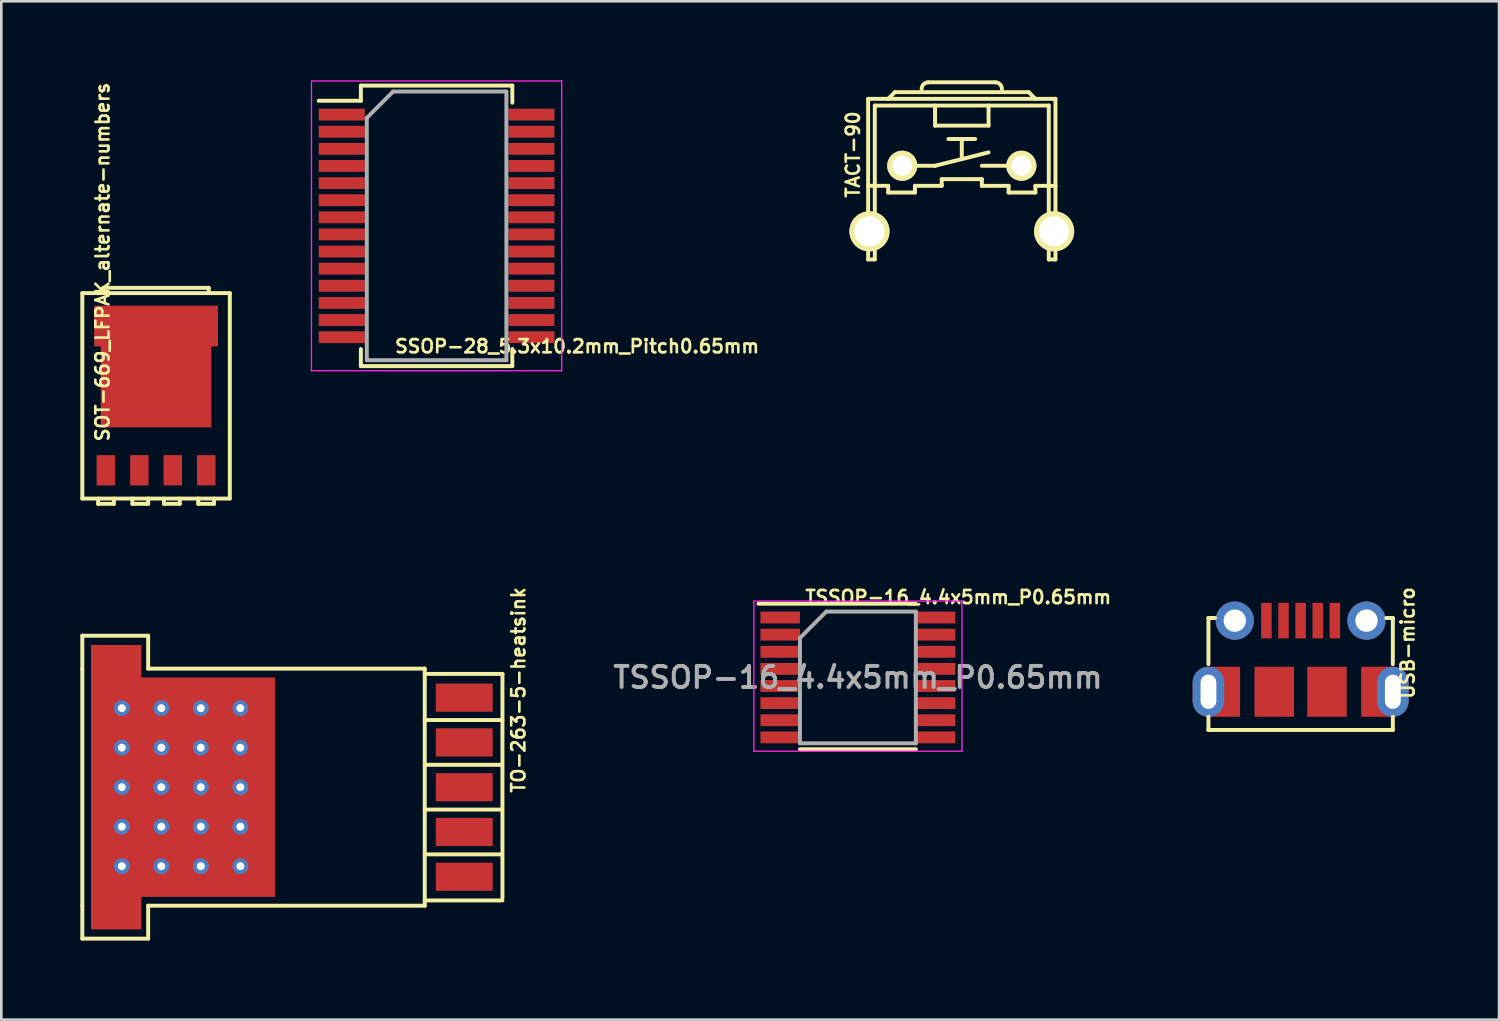
<source format=kicad_pcb>
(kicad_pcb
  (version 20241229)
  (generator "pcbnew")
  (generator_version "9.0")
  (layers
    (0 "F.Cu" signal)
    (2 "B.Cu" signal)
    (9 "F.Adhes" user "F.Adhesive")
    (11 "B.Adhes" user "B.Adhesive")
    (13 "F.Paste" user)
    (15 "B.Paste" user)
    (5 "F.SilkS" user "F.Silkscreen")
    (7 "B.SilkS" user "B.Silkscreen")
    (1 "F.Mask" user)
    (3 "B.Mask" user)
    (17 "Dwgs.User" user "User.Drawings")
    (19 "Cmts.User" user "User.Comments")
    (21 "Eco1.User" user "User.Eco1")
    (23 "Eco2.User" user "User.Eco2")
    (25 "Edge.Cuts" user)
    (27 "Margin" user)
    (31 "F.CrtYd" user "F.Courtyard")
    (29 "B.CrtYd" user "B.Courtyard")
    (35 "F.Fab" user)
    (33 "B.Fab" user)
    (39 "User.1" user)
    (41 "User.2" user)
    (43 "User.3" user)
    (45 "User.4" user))
  (footprint "USB-micro"
    (layer "F.Cu")
    (at 46.328 24.662)
    (property "Reference" "USB-micro" (at 4.064 -3.302 270) (layer "F.SilkS") (effects (font (size 0.5 0.5) (thickness 0.1))))
    (attr smd)
    (fp_line (start -3.5 -4.25) (end -3.25 -4.25) (stroke (width 0.15) (type solid)) (layer "F.SilkS"))
    (fp_line (start -3.5 -2.5) (end -3.5 -4.25) (stroke (width 0.15) (type solid)) (layer "F.SilkS"))
    (fp_line (start -3.5 -0.5) (end -3.5 0) (stroke (width 0.15) (type solid)) (layer "F.SilkS"))
    (fp_line (start -3.5 0) (end 3.5 0) (stroke (width 0.15) (type solid)) (layer "F.SilkS"))
    (fp_line (start 3.5 -4.25) (end 3.25 -4.25) (stroke (width 0.15) (type solid)) (layer "F.SilkS"))
    (fp_line (start 3.5 -2.5) (end 3.5 -4.25) (stroke (width 0.15) (type solid)) (layer "F.SilkS"))
    (fp_line (start 3.5 0) (end 3.5 -0.5) (stroke (width 0.15) (type solid)) (layer "F.SilkS"))
    (pad "1" smd rect (at -1.3 -4.15) (size 0.4 1.35) (layers "F.Cu" "F.Mask" "F.Paste"))
    (pad "2" smd rect (at -0.65 -4.15) (size 0.4 1.35) (layers "F.Cu" "F.Mask" "F.Paste"))
    (pad "3" smd rect (at 0 -4.15) (size 0.4 1.35) (layers "F.Cu" "F.Mask" "F.Paste"))
    (pad "4" smd rect (at 0.65 -4.15) (size 0.4 1.35) (layers "F.Cu" "F.Mask" "F.Paste"))
    (pad "5" smd rect (at 1.3 -4.15) (size 0.4 1.35) (layers "F.Cu" "F.Mask" "F.Paste"))
    (pad "6" thru_hole oval (at -3.5 -1.45) (size 1.2 1.9) (drill oval 0.6 1.3) (layers "*.Cu" "*.Mask" "F.Paste"))
    (pad "6" smd rect (at -2.9 -1.45) (size 1.2 1.9) (layers "F.Cu" "F.Mask" "F.Paste"))
    (pad "6" thru_hole circle (at -2.5 -4.15) (size 1.45 1.45) (drill 0.85) (layers "*.Cu" "*.Mask" "F.Paste"))
    (pad "6" smd rect (at -1 -1.45) (size 1.5 1.9) (layers "F.Cu" "F.Mask" "F.Paste"))
    (pad "6" smd rect (at 1 -1.45) (size 1.5 1.9) (layers "F.Cu" "F.Mask" "F.Paste"))
    (pad "6" thru_hole circle (at 2.5 -4.15) (size 1.45 1.45) (drill 0.85) (layers "*.Cu" "*.Mask" "F.Paste"))
    (pad "6" smd rect (at 2.9 -1.45) (size 1.2 1.9) (layers "F.Cu" "F.Mask" "F.Paste"))
    (pad "6" thru_hole oval (at 3.5 -1.45) (size 1.2 1.9) (drill oval 0.6 1.3) (layers "*.Cu" "*.Mask" "F.Paste")))
  (footprint "TSSOP-16_4.4x5mm_P0.65mm"
    (layer "F.Cu")
    (at 29.52 22.669)
    (property "Reference" "TSSOP-16_4.4x5mm_P0.65mm" (at 3.81 -3.048 0) (layer "F.SilkS") (effects (font (size 0.5 0.5) (thickness 0.1))))
    (attr smd)
    (fp_line (start -3.775 -2.8) (end 2.2 -2.8) (stroke (width 0.15) (type solid)) (layer "F.SilkS"))
    (fp_line (start -2.2 2.725) (end 2.2 2.725) (stroke (width 0.15) (type solid)) (layer "F.SilkS"))
    (fp_line (start -3.95 -2.9) (end -3.95 2.8) (stroke (width 0.05) (type solid)) (layer "F.CrtYd"))
    (fp_line (start -3.95 -2.9) (end 3.95 -2.9) (stroke (width 0.05) (type solid)) (layer "F.CrtYd"))
    (fp_line (start -3.95 2.8) (end 3.95 2.8) (stroke (width 0.05) (type solid)) (layer "F.CrtYd"))
    (fp_line (start 3.95 -2.9) (end 3.95 2.8) (stroke (width 0.05) (type solid)) (layer "F.CrtYd"))
    (fp_line (start -2.2 -1.5) (end -1.2 -2.5) (stroke (width 0.15) (type solid)) (layer "F.Fab"))
    (fp_line (start -2.2 2.5) (end -2.2 -1.5) (stroke (width 0.15) (type solid)) (layer "F.Fab"))
    (fp_line (start -1.2 -2.5) (end 2.2 -2.5) (stroke (width 0.15) (type solid)) (layer "F.Fab"))
    (fp_line (start 2.2 -2.5) (end 2.2 2.5) (stroke (width 0.15) (type solid)) (layer "F.Fab"))
    (fp_line (start 2.2 2.5) (end -2.2 2.5) (stroke (width 0.15) (type solid)) (layer "F.Fab"))
    (fp_text user "${REFERENCE}" (at 0 0 0) (layer "F.Fab") (effects (font (size 0.8 0.8) (thickness 0.15))))
    (pad "1" smd rect (at -2.95 -2.275) (size 1.5 0.45) (layers "F.Cu" "F.Mask" "F.Paste"))
    (pad "2" smd rect (at -2.95 -1.625) (size 1.5 0.45) (layers "F.Cu" "F.Mask" "F.Paste"))
    (pad "3" smd rect (at -2.95 -0.975) (size 1.5 0.45) (layers "F.Cu" "F.Mask" "F.Paste"))
    (pad "4" smd rect (at -2.95 -0.325) (size 1.5 0.45) (layers "F.Cu" "F.Mask" "F.Paste"))
    (pad "5" smd rect (at -2.95 0.325) (size 1.5 0.45) (layers "F.Cu" "F.Mask" "F.Paste"))
    (pad "6" smd rect (at -2.95 0.975) (size 1.5 0.45) (layers "F.Cu" "F.Mask" "F.Paste"))
    (pad "7" smd rect (at -2.95 1.625) (size 1.5 0.45) (layers "F.Cu" "F.Mask" "F.Paste"))
    (pad "8" smd rect (at -2.95 2.275) (size 1.5 0.45) (layers "F.Cu" "F.Mask" "F.Paste"))
    (pad "9" smd rect (at 2.95 2.275) (size 1.5 0.45) (layers "F.Cu" "F.Mask" "F.Paste"))
    (pad "10" smd rect (at 2.95 1.625) (size 1.5 0.45) (layers "F.Cu" "F.Mask" "F.Paste"))
    (pad "11" smd rect (at 2.95 0.975) (size 1.5 0.45) (layers "F.Cu" "F.Mask" "F.Paste"))
    (pad "12" smd rect (at 2.95 0.325) (size 1.5 0.45) (layers "F.Cu" "F.Mask" "F.Paste"))
    (pad "13" smd rect (at 2.95 -0.325) (size 1.5 0.45) (layers "F.Cu" "F.Mask" "F.Paste"))
    (pad "14" smd rect (at 2.95 -0.975) (size 1.5 0.45) (layers "F.Cu" "F.Mask" "F.Paste"))
    (pad "15" smd rect (at 2.95 -1.625) (size 1.5 0.45) (layers "F.Cu" "F.Mask" "F.Paste"))
    (pad "16" smd rect (at 2.95 -2.275) (size 1.5 0.45) (layers "F.Cu" "F.Mask" "F.Paste")))
  (footprint "SSOP-28_5.3x10.2mm_Pitch0.65mm"
    (layer "F.Cu")
    (at 13.525 5.525)
    (property "Reference" "SSOP-28_5.3x10.2mm_Pitch0.65mm" (at 5.334 4.572 0) (layer "F.SilkS") (effects (font (size 0.5 0.5) (thickness 0.1))))
    (attr smd)
    (fp_line (start -2.875 -5.325) (end -2.875 -4.75) (stroke (width 0.15) (type solid)) (layer "F.SilkS"))
    (fp_line (start -2.875 -5.325) (end 2.875 -5.325) (stroke (width 0.15) (type solid)) (layer "F.SilkS"))
    (fp_line (start -2.875 -4.75) (end -4.475 -4.75) (stroke (width 0.15) (type solid)) (layer "F.SilkS"))
    (fp_line (start -2.875 5.325) (end -2.875 4.675) (stroke (width 0.15) (type solid)) (layer "F.SilkS"))
    (fp_line (start -2.875 5.325) (end 2.875 5.325) (stroke (width 0.15) (type solid)) (layer "F.SilkS"))
    (fp_line (start 2.875 -5.325) (end 2.875 -4.675) (stroke (width 0.15) (type solid)) (layer "F.SilkS"))
    (fp_line (start 2.875 5.325) (end 2.875 4.675) (stroke (width 0.15) (type solid)) (layer "F.SilkS"))
    (fp_line (start -4.75 -5.5) (end -4.75 5.5) (stroke (width 0.05) (type solid)) (layer "F.CrtYd"))
    (fp_line (start -4.75 -5.5) (end 4.75 -5.5) (stroke (width 0.05) (type solid)) (layer "F.CrtYd"))
    (fp_line (start -4.75 5.5) (end 4.75 5.5) (stroke (width 0.05) (type solid)) (layer "F.CrtYd"))
    (fp_line (start 4.75 -5.5) (end 4.75 5.5) (stroke (width 0.05) (type solid)) (layer "F.CrtYd"))
    (fp_line (start -2.65 -4.1) (end -1.65 -5.1) (stroke (width 0.15) (type solid)) (layer "F.Fab"))
    (fp_line (start -2.65 5.1) (end -2.65 -4.1) (stroke (width 0.15) (type solid)) (layer "F.Fab"))
    (fp_line (start -1.65 -5.1) (end 2.65 -5.1) (stroke (width 0.15) (type solid)) (layer "F.Fab"))
    (fp_line (start 2.65 -5.1) (end 2.65 5.1) (stroke (width 0.15) (type solid)) (layer "F.Fab"))
    (fp_line (start 2.65 5.1) (end -2.65 5.1) (stroke (width 0.15) (type solid)) (layer "F.Fab"))
    (pad "1" smd rect (at -3.6 -4.225) (size 1.75 0.45) (layers "F.Cu" "F.Mask" "F.Paste"))
    (pad "2" smd rect (at -3.6 -3.575) (size 1.75 0.45) (layers "F.Cu" "F.Mask" "F.Paste"))
    (pad "3" smd rect (at -3.6 -2.925) (size 1.75 0.45) (layers "F.Cu" "F.Mask" "F.Paste"))
    (pad "4" smd rect (at -3.6 -2.275) (size 1.75 0.45) (layers "F.Cu" "F.Mask" "F.Paste"))
    (pad "5" smd rect (at -3.6 -1.625) (size 1.75 0.45) (layers "F.Cu" "F.Mask" "F.Paste"))
    (pad "6" smd rect (at -3.6 -0.975) (size 1.75 0.45) (layers "F.Cu" "F.Mask" "F.Paste"))
    (pad "7" smd rect (at -3.6 -0.325) (size 1.75 0.45) (layers "F.Cu" "F.Mask" "F.Paste"))
    (pad "8" smd rect (at -3.6 0.325) (size 1.75 0.45) (layers "F.Cu" "F.Mask" "F.Paste"))
    (pad "9" smd rect (at -3.6 0.975) (size 1.75 0.45) (layers "F.Cu" "F.Mask" "F.Paste"))
    (pad "10" smd rect (at -3.6 1.625) (size 1.75 0.45) (layers "F.Cu" "F.Mask" "F.Paste"))
    (pad "11" smd rect (at -3.6 2.275) (size 1.75 0.45) (layers "F.Cu" "F.Mask" "F.Paste"))
    (pad "12" smd rect (at -3.6 2.925) (size 1.75 0.45) (layers "F.Cu" "F.Mask" "F.Paste"))
    (pad "13" smd rect (at -3.6 3.575) (size 1.75 0.45) (layers "F.Cu" "F.Mask" "F.Paste"))
    (pad "14" smd rect (at -3.6 4.225) (size 1.75 0.45) (layers "F.Cu" "F.Mask" "F.Paste"))
    (pad "15" smd rect (at 3.6 4.225) (size 1.75 0.45) (layers "F.Cu" "F.Mask" "F.Paste"))
    (pad "16" smd rect (at 3.6 3.575) (size 1.75 0.45) (layers "F.Cu" "F.Mask" "F.Paste"))
    (pad "17" smd rect (at 3.6 2.925) (size 1.75 0.45) (layers "F.Cu" "F.Mask" "F.Paste"))
    (pad "18" smd rect (at 3.6 2.275) (size 1.75 0.45) (layers "F.Cu" "F.Mask" "F.Paste"))
    (pad "19" smd rect (at 3.6 1.625) (size 1.75 0.45) (layers "F.Cu" "F.Mask" "F.Paste"))
    (pad "20" smd rect (at 3.6 0.975) (size 1.75 0.45) (layers "F.Cu" "F.Mask" "F.Paste"))
    (pad "21" smd rect (at 3.6 0.325) (size 1.75 0.45) (layers "F.Cu" "F.Mask" "F.Paste"))
    (pad "22" smd rect (at 3.6 -0.325) (size 1.75 0.45) (layers "F.Cu" "F.Mask" "F.Paste"))
    (pad "23" smd rect (at 3.6 -0.975) (size 1.75 0.45) (layers "F.Cu" "F.Mask" "F.Paste"))
    (pad "24" smd rect (at 3.6 -1.625) (size 1.75 0.45) (layers "F.Cu" "F.Mask" "F.Paste"))
    (pad "25" smd rect (at 3.6 -2.275) (size 1.75 0.45) (layers "F.Cu" "F.Mask" "F.Paste"))
    (pad "26" smd rect (at 3.6 -2.925) (size 1.75 0.45) (layers "F.Cu" "F.Mask" "F.Paste"))
    (pad "27" smd rect (at 3.6 -3.575) (size 1.75 0.45) (layers "F.Cu" "F.Mask" "F.Paste"))
    (pad "28" smd rect (at 3.6 -4.225) (size 1.75 0.45) (layers "F.Cu" "F.Mask" "F.Paste")))
  (footprint "SOT-669_LFPAK_alternate-numbers"
    (layer "F.Cu")
    (at 2.875 11.978)
    (property "Reference" "SOT-669_LFPAK_alternate-numbers" (at -2.032 -5.08 270) (layer "F.SilkS") (effects (font (size 0.5 0.5) (thickness 0.1))))
    (attr smd)
    (fp_line (start -2.8 -3.9) (end 2.8 -3.9) (stroke (width 0.15) (type solid)) (layer "F.SilkS"))
    (fp_line (start -2.8 3.9) (end -2.8 -3.9) (stroke (width 0.15) (type solid)) (layer "F.SilkS"))
    (fp_line (start -2.2 3.9) (end -2.2 4.1) (stroke (width 0.15) (type solid)) (layer "F.SilkS"))
    (fp_line (start -2.2 4.1) (end -1.6 4.1) (stroke (width 0.15) (type solid)) (layer "F.SilkS"))
    (fp_line (start -2 -4.1) (end 2 -4.1) (stroke (width 0.15) (type solid)) (layer "F.SilkS"))
    (fp_line (start -2 -3.9) (end -2 -4.1) (stroke (width 0.15) (type solid)) (layer "F.SilkS"))
    (fp_line (start -1.6 4.1) (end -1.6 3.9) (stroke (width 0.15) (type solid)) (layer "F.SilkS"))
    (fp_line (start -0.9 3.9) (end -0.9 4.1) (stroke (width 0.15) (type solid)) (layer "F.SilkS"))
    (fp_line (start -0.9 4.1) (end -0.3 4.1) (stroke (width 0.15) (type solid)) (layer "F.SilkS"))
    (fp_line (start -0.3 4.1) (end -0.3 3.9) (stroke (width 0.15) (type solid)) (layer "F.SilkS"))
    (fp_line (start 0.3 3.9) (end 0.3 4.1) (stroke (width 0.15) (type solid)) (layer "F.SilkS"))
    (fp_line (start 0.3 4.1) (end 0.9 4.1) (stroke (width 0.15) (type solid)) (layer "F.SilkS"))
    (fp_line (start 0.9 4.1) (end 0.9 3.9) (stroke (width 0.15) (type solid)) (layer "F.SilkS"))
    (fp_line (start 1.6 3.9) (end 1.6 4.1) (stroke (width 0.15) (type solid)) (layer "F.SilkS"))
    (fp_line (start 1.6 4.1) (end 2.2 4.1) (stroke (width 0.15) (type solid)) (layer "F.SilkS"))
    (fp_line (start 2 -4.1) (end 2 -3.9) (stroke (width 0.15) (type solid)) (layer "F.SilkS"))
    (fp_line (start 2.2 4.1) (end 2.2 3.9) (stroke (width 0.15) (type solid)) (layer "F.SilkS"))
    (fp_line (start 2.8 -3.9) (end 2.8 3.9) (stroke (width 0.15) (type solid)) (layer "F.SilkS"))
    (fp_line (start 2.8 3.9) (end -2.8 3.9) (stroke (width 0.15) (type solid)) (layer "F.SilkS"))
    (pad "1" smd rect (at 1.905 2.825) (size 0.7 1.15) (layers "F.Cu" "F.Mask" "F.Paste"))
    (pad "2" smd rect (at -1.905 2.825) (size 0.7 1.15) (layers "F.Cu" "F.Mask" "F.Paste"))
    (pad "2" smd rect (at -0.635 2.825) (size 0.7 1.15) (layers "F.Cu" "F.Mask" "F.Paste"))
    (pad "2" smd rect (at 0.635 2.825) (size 0.7 1.15) (layers "F.Cu" "F.Mask" "F.Paste"))
    (pad "3" smd rect (at 0 -2.65) (size 4.7 1.55) (layers "F.Cu" "F.Mask" "F.Paste"))
    (pad "3" smd rect (at 0 -0.45) (size 4.2 3.3) (layers "F.Cu" "F.Mask" "F.Paste")))
  (footprint "TO-263-5-heatsink"
    (layer "F.Cu")
    (at 14.575 26.835)
    (property "Reference" "TO-263-5-heatsink" (at 2.056 -3.69 270) (layer "F.SilkS") (effects (font (size 0.5 0.5) (thickness 0.1))))
    (attr smd)
    (fp_line (start -14.5 -5.75) (end -12 -5.75) (stroke (width 0.15) (type solid)) (layer "F.SilkS"))
    (fp_line (start -14.5 -4.5) (end -14.5 -5.75) (stroke (width 0.15) (type solid)) (layer "F.SilkS"))
    (fp_line (start -14.5 -4.5) (end -14.5 4.5) (stroke (width 0.15) (type solid)) (layer "F.SilkS"))
    (fp_line (start -14.5 4.5) (end -14.5 5.75) (stroke (width 0.15) (type solid)) (layer "F.SilkS"))
    (fp_line (start -14.5 5.75) (end -12 5.75) (stroke (width 0.15) (type solid)) (layer "F.SilkS"))
    (fp_line (start -12 -5.75) (end -12 -4.5) (stroke (width 0.15) (type solid)) (layer "F.SilkS"))
    (fp_line (start -12 -4.5) (end -1.5 -4.5) (stroke (width 0.15) (type solid)) (layer "F.SilkS"))
    (fp_line (start -12 5.75) (end -12 4.5) (stroke (width 0.15) (type solid)) (layer "F.SilkS"))
    (fp_line (start -1.5 -4.5) (end -1.5 4.5) (stroke (width 0.15) (type solid)) (layer "F.SilkS"))
    (fp_line (start -1.5 -4.3) (end 1.45 -4.3) (stroke (width 0.15) (type solid)) (layer "F.SilkS"))
    (fp_line (start -1.5 -2.55) (end 1.45 -2.55) (stroke (width 0.15) (type solid)) (layer "F.SilkS"))
    (fp_line (start -1.5 -0.85) (end 1.425 -0.85) (stroke (width 0.15) (type solid)) (layer "F.SilkS"))
    (fp_line (start -1.5 0.85) (end 1.425 0.85) (stroke (width 0.15) (type solid)) (layer "F.SilkS"))
    (fp_line (start -1.5 2.55) (end 1.425 2.55) (stroke (width 0.15) (type solid)) (layer "F.SilkS"))
    (fp_line (start -1.5 4.3) (end 1.45 4.3) (stroke (width 0.15) (type solid)) (layer "F.SilkS"))
    (fp_line (start -1.5 4.5) (end -12 4.5) (stroke (width 0.15) (type solid)) (layer "F.SilkS"))
    (fp_line (start 1.45 -4.3) (end 1.45 4.2) (stroke (width 0.15) (type solid)) (layer "F.SilkS"))
    (pad "1" smd rect (at 0 3.4) (size 2.16 1.07) (layers "F.Cu" "F.Mask" "F.Paste"))
    (pad "2" smd rect (at 0 1.7) (size 2.16 1.07) (layers "F.Cu" "F.Mask" "F.Paste"))
    (pad "3" smd rect (at -13.215 0) (size 1.91 10.8) (layers "F.Cu" "F.Mask" "F.Paste"))
    (pad "3" thru_hole circle (at -13 -3) (size 0.6 0.6) (drill 0.3) (layers "*.Cu" "F.Mask"))
    (pad "3" thru_hole circle (at -13 -1.5) (size 0.6 0.6) (drill 0.3) (layers "*.Cu" "F.Mask"))
    (pad "3" thru_hole circle (at -13 0) (size 0.6 0.6) (drill 0.3) (layers "*.Cu" "F.Mask"))
    (pad "3" thru_hole circle (at -13 1.5) (size 0.6 0.6) (drill 0.3) (layers "*.Cu" "F.Mask"))
    (pad "3" thru_hole circle (at -13 3) (size 0.6 0.6) (drill 0.3) (layers "*.Cu" "F.Mask"))
    (pad "3" thru_hole circle (at -11.5 -3) (size 0.6 0.6) (drill 0.3) (layers "*.Cu" "F.Mask"))
    (pad "3" thru_hole circle (at -11.5 -1.5) (size 0.6 0.6) (drill 0.3) (layers "*.Cu" "F.Mask"))
    (pad "3" thru_hole circle (at -11.5 0) (size 0.6 0.6) (drill 0.3) (layers "*.Cu" "F.Mask"))
    (pad "3" thru_hole circle (at -11.5 1.5) (size 0.6 0.6) (drill 0.3) (layers "*.Cu" "F.Mask"))
    (pad "3" thru_hole circle (at -11.5 3) (size 0.6 0.6) (drill 0.3) (layers "*.Cu" "F.Mask"))
    (pad "3" smd rect (at -10.675 0) (size 6.99 8.33) (layers "F.Cu" "F.Mask" "F.Paste"))
    (pad "3" thru_hole circle (at -10 -3) (size 0.6 0.6) (drill 0.3) (layers "*.Cu" "F.Mask"))
    (pad "3" thru_hole circle (at -10 -1.5) (size 0.6 0.6) (drill 0.3) (layers "*.Cu" "F.Mask"))
    (pad "3" thru_hole circle (at -10 0) (size 0.6 0.6) (drill 0.3) (layers "*.Cu" "F.Mask"))
    (pad "3" thru_hole circle (at -10 1.5) (size 0.6 0.6) (drill 0.3) (layers "*.Cu" "F.Mask"))
    (pad "3" thru_hole circle (at -10 3) (size 0.6 0.6) (drill 0.3) (layers "*.Cu" "F.Mask"))
    (pad "3" thru_hole circle (at -8.5 -3) (size 0.6 0.6) (drill 0.3) (layers "*.Cu" "F.Mask"))
    (pad "3" thru_hole circle (at -8.5 -1.5) (size 0.6 0.6) (drill 0.3) (layers "*.Cu" "F.Mask"))
    (pad "3" thru_hole circle (at -8.5 0) (size 0.6 0.6) (drill 0.3) (layers "*.Cu" "F.Mask"))
    (pad "3" thru_hole circle (at -8.5 1.5) (size 0.6 0.6) (drill 0.3) (layers "*.Cu" "F.Mask"))
    (pad "3" thru_hole circle (at -8.5 3) (size 0.6 0.6) (drill 0.3) (layers "*.Cu" "F.Mask"))
    (pad "3" smd rect (at 0 0) (size 2.16 1.07) (layers "F.Cu" "F.Mask" "F.Paste"))
    (pad "4" smd rect (at 0 -1.7) (size 2.16 1.07) (layers "F.Cu" "F.Mask" "F.Paste"))
    (pad "5" smd rect (at 0 -3.4) (size 2.16 1.07) (layers "F.Cu" "F.Mask" "F.Paste")))
  (footprint "TACT-90"
    (layer "F.Cu")
    (at 33.464 3.243)
    (property "Reference" "TACT-90" (at -4.132 -0.424 270) (layer "F.SilkS") (effects (font (size 0.5 0.5) (thickness 0.1))))
    (attr through_hole)
    (fp_line (start -3.556 -2.54) (end 3.556 -2.54) (stroke (width 0.15) (type solid)) (layer "F.SilkS"))
    (fp_line (start -3.556 0.762) (end -2.794 0.762) (stroke (width 0.15) (type solid)) (layer "F.SilkS"))
    (fp_line (start -3.556 3.556) (end -3.556 -2.54) (stroke (width 0.15) (type solid)) (layer "F.SilkS"))
    (fp_line (start -3.556 3.556) (end -3.302 3.556) (stroke (width 0.15) (type solid)) (layer "F.SilkS"))
    (fp_line (start -3.302 -2.286) (end 3.302 -2.286) (stroke (width 0.15) (type solid)) (layer "F.SilkS"))
    (fp_line (start -3.302 3.556) (end -3.302 -2.286) (stroke (width 0.15) (type solid)) (layer "F.SilkS"))
    (fp_line (start -2.794 -2.54) (end -2.54 -2.794) (stroke (width 0.15) (type solid)) (layer "F.SilkS"))
    (fp_line (start -2.794 0.762) (end -2.794 1.016) (stroke (width 0.15) (type solid)) (layer "F.SilkS"))
    (fp_line (start -2.794 1.016) (end -1.778 1.016) (stroke (width 0.15) (type solid)) (layer "F.SilkS"))
    (fp_line (start -2.54 -2.794) (end 2.54 -2.794) (stroke (width 0.15) (type solid)) (layer "F.SilkS"))
    (fp_line (start -1.778 0) (end -1.016 0) (stroke (width 0.15) (type solid)) (layer "F.SilkS"))
    (fp_line (start -1.778 0.762) (end -0.762 0.762) (stroke (width 0.15) (type solid)) (layer "F.SilkS"))
    (fp_line (start -1.778 1.016) (end -1.778 0.762) (stroke (width 0.15) (type solid)) (layer "F.SilkS"))
    (fp_line (start -1.27 -3.168) (end 1.27 -3.168) (stroke (width 0.15) (type solid)) (layer "F.SilkS"))
    (fp_line (start -1.016 -2.286) (end -1.016 -1.524) (stroke (width 0.15) (type solid)) (layer "F.SilkS"))
    (fp_line (start -1.016 -1.524) (end 1.016 -1.524) (stroke (width 0.15) (type solid)) (layer "F.SilkS"))
    (fp_line (start -1.016 0) (end 1.016 -0.508) (stroke (width 0.15) (type solid)) (layer "F.SilkS"))
    (fp_line (start -0.762 0.508) (end 0.762 0.508) (stroke (width 0.15) (type solid)) (layer "F.SilkS"))
    (fp_line (start -0.762 0.762) (end -0.762 0.508) (stroke (width 0.15) (type solid)) (layer "F.SilkS"))
    (fp_line (start 0 -1.016) (end -0.508 -1.016) (stroke (width 0.15) (type solid)) (layer "F.SilkS"))
    (fp_line (start 0 -1.016) (end 0.508 -1.016) (stroke (width 0.15) (type solid)) (layer "F.SilkS"))
    (fp_line (start 0 -0.254) (end 0 -1.016) (stroke (width 0.15) (type solid)) (layer "F.SilkS"))
    (fp_line (start 0.762 0) (end 1.778 0) (stroke (width 0.15) (type solid)) (layer "F.SilkS"))
    (fp_line (start 0.762 0.508) (end 0.762 0.762) (stroke (width 0.15) (type solid)) (layer "F.SilkS"))
    (fp_line (start 0.762 0.762) (end 1.778 0.762) (stroke (width 0.15) (type solid)) (layer "F.SilkS"))
    (fp_line (start 1.016 -1.524) (end 1.016 -2.286) (stroke (width 0.15) (type solid)) (layer "F.SilkS"))
    (fp_line (start 1.778 0.762) (end 1.778 1.016) (stroke (width 0.15) (type solid)) (layer "F.SilkS"))
    (fp_line (start 1.778 1.016) (end 2.794 1.016) (stroke (width 0.15) (type solid)) (layer "F.SilkS"))
    (fp_line (start 2.54 -2.794) (end 2.794 -2.54) (stroke (width 0.15) (type solid)) (layer "F.SilkS"))
    (fp_line (start 2.794 0.762) (end 3.556 0.762) (stroke (width 0.15) (type solid)) (layer "F.SilkS"))
    (fp_line (start 2.794 1.016) (end 2.794 0.762) (stroke (width 0.15) (type solid)) (layer "F.SilkS"))
    (fp_line (start 3.302 -2.286) (end 3.302 3.556) (stroke (width 0.15) (type solid)) (layer "F.SilkS"))
    (fp_line (start 3.302 3.556) (end 3.556 3.556) (stroke (width 0.15) (type solid)) (layer "F.SilkS"))
    (fp_line (start 3.556 -2.54) (end 3.556 3.556) (stroke (width 0.15) (type solid)) (layer "F.SilkS"))
    (fp_arc (start -1.524 -2.914) (mid -1.449605 -3.093605) (end -1.27 -3.168) (stroke (width 0.15) (type solid)) (layer "F.SilkS"))
    (fp_arc (start 1.27 -3.168) (mid 1.449605 -3.093605) (end 1.524 -2.914) (stroke (width 0.15) (type solid)) (layer "F.SilkS"))
    (pad "1" thru_hole circle (at -2.261 0) (size 1.143 1.143) (drill 0.762) (layers "*.Cu" "*.Mask" "F.SilkS"))
    (pad "2" thru_hole circle (at 2.261 0) (size 1.143 1.143) (drill 0.762) (layers "*.Cu" "*.Mask" "F.SilkS"))
    (pad "3" thru_hole circle (at -3.505 2.489) (size 1.524 1.524) (drill 1.143) (layers "*.Cu" "*.Mask" "F.SilkS"))
    (pad "4" thru_hole circle (at 3.505 2.489) (size 1.524 1.524) (drill 1.143) (layers "*.Cu" "*.Mask" "F.SilkS")))
  (gr_rect
    (start -3 -3)
    (end 53.86 35.66)
    (stroke (width 0.1) (type default))
    (fill no)
    (layer "Edge.Cuts")))
</source>
